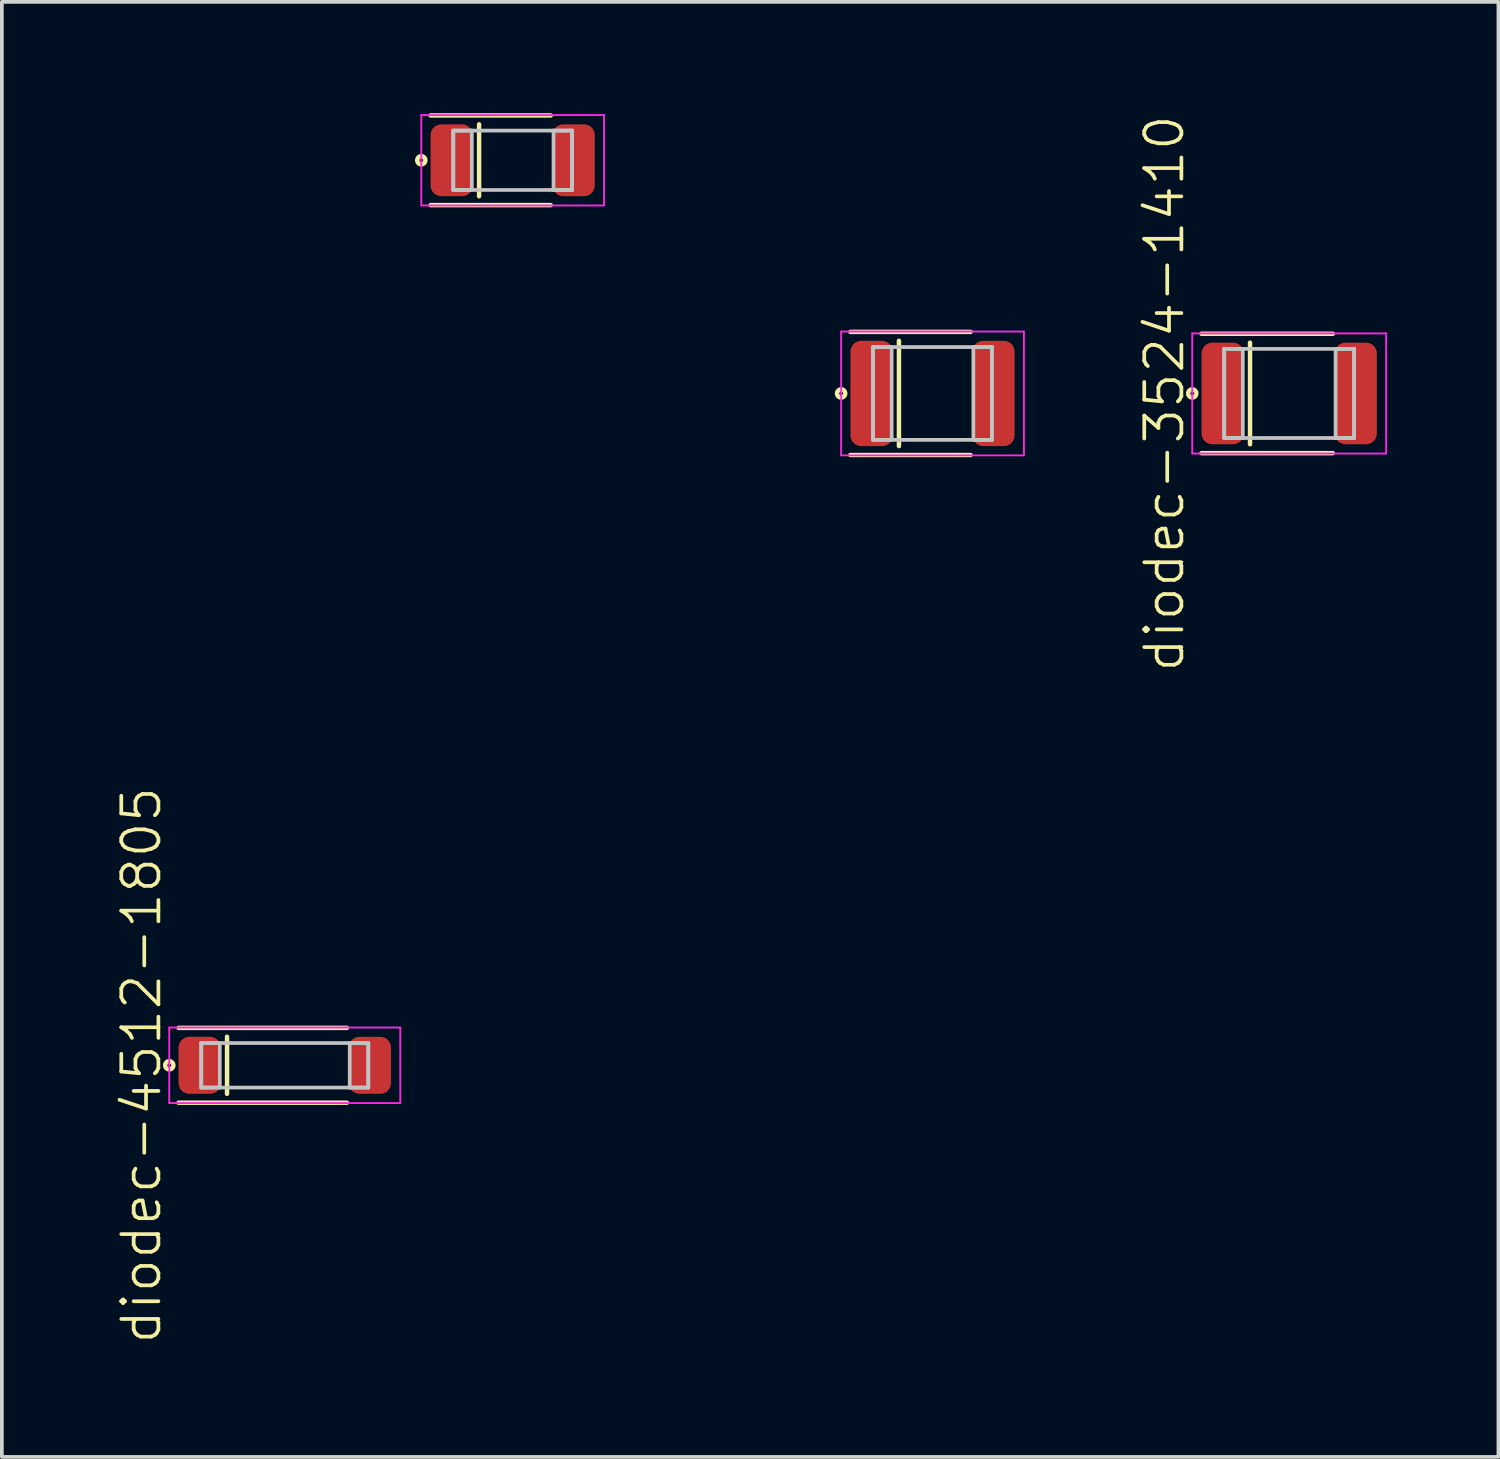
<source format=kicad_pcb>
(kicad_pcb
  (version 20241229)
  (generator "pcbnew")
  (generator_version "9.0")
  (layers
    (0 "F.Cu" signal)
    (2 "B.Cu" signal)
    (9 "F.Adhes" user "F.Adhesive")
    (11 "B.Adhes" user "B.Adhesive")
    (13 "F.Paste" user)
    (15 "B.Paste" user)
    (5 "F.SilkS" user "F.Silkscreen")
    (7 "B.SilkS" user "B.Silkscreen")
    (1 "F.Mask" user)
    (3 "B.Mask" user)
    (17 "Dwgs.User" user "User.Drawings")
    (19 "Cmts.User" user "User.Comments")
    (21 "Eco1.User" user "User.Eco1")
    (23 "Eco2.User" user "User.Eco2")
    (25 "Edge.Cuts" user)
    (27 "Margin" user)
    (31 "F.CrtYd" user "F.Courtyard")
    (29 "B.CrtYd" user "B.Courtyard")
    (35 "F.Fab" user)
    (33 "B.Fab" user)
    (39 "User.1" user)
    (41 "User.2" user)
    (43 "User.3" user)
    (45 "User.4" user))
  (footprint "diodec-3216-1206"
    (layer "F.Cu")
    (at 10.762 1.268)
    (property "Reference" "diodec-3216-1206" (at -3.212 0 0) (layer "User.1") (effects (font (size 1 1) (thickness 0.1))))
    (attr through_hole)
    (fp_line (start -2.212 -1.208) (end 1.025 -1.208) (stroke (width 0.12) (type solid)) (layer "F.SilkS"))
    (fp_line (start -2.212 1.208) (end 1.025 1.208) (stroke (width 0.12) (type solid)) (layer "F.SilkS"))
    (fp_line (start -0.905 -0.968) (end -0.905 0.968) (stroke (width 0.12) (type solid)) (layer "F.SilkS"))
    (fp_circle (center -2.462 0) (end -2.412 0) (stroke (width 0.12) (type solid)) (fill no) (layer "F.SilkS"))
    (fp_line (start -1.6 -0.8) (end -1.6 0.8) (stroke (width 0.1) (type solid)) (layer "Dwgs.User"))
    (fp_line (start -1.6 -0.8) (end -1.6 0.8) (stroke (width 0.1) (type solid)) (layer "Dwgs.User"))
    (fp_line (start -1.6 0.8) (end -1.1 0.8) (stroke (width 0.1) (type solid)) (layer "Dwgs.User"))
    (fp_line (start -1.6 0.8) (end 1.6 0.8) (stroke (width 0.1) (type solid)) (layer "Dwgs.User"))
    (fp_line (start -1.1 -0.8) (end -1.6 -0.8) (stroke (width 0.1) (type solid)) (layer "Dwgs.User"))
    (fp_line (start -1.1 0.8) (end -1.1 -0.8) (stroke (width 0.1) (type solid)) (layer "Dwgs.User"))
    (fp_line (start 1.1 -0.8) (end 1.1 0.8) (stroke (width 0.1) (type solid)) (layer "Dwgs.User"))
    (fp_line (start 1.1 0.8) (end 1.6 0.8) (stroke (width 0.1) (type solid)) (layer "Dwgs.User"))
    (fp_line (start 1.6 -0.8) (end -1.6 -0.8) (stroke (width 0.1) (type solid)) (layer "Dwgs.User"))
    (fp_line (start 1.6 -0.8) (end 1.1 -0.8) (stroke (width 0.1) (type solid)) (layer "Dwgs.User"))
    (fp_line (start 1.6 0.8) (end 1.6 -0.8) (stroke (width 0.1) (type solid)) (layer "Dwgs.User"))
    (fp_line (start 1.6 0.8) (end 1.6 -0.8) (stroke (width 0.1) (type solid)) (layer "Dwgs.User"))
    (fp_line (start -2.462 -1.218) (end -2.462 1.218) (stroke (width 0.05) (type solid)) (layer "F.CrtYd"))
    (fp_line (start -2.462 1.218) (end 2.462 1.218) (stroke (width 0.05) (type solid)) (layer "F.CrtYd"))
    (fp_line (start 2.462 -1.218) (end -2.462 -1.218) (stroke (width 0.05) (type solid)) (layer "F.CrtYd"))
    (fp_line (start 2.462 1.218) (end 2.462 -1.218) (stroke (width 0.05) (type solid)) (layer "F.CrtYd"))
    (pad "1" smd roundrect (at -1.643 0) (size 1.137 1.937) (layers "F.Cu" "F.Mask" "F.Paste") (roundrect_rratio 0.25))
    (pad "2" smd roundrect (at 1.643 0) (size 1.137 1.937) (layers "F.Cu" "F.Mask" "F.Paste") (roundrect_rratio 0.25)))
  (footprint "diodec-3524-1410"
    (layer "F.Cu")
    (at 31.682 7.55)
    (property "Reference" "diodec-3524-1410" (at -3.362 0 90) (layer "F.SilkS") (effects (font (size 1 1) (thickness 0.1))))
    (attr through_hole)
    (fp_line (start -2.362 -1.608) (end 1.175 -1.608) (stroke (width 0.12) (type solid)) (layer "F.SilkS"))
    (fp_line (start -2.362 1.608) (end 1.175 1.608) (stroke (width 0.12) (type solid)) (layer "F.SilkS"))
    (fp_line (start -1.055 -1.368) (end -1.055 1.368) (stroke (width 0.12) (type solid)) (layer "F.SilkS"))
    (fp_circle (center -2.612 0) (end -2.562 0) (stroke (width 0.12) (type solid)) (fill no) (layer "F.SilkS"))
    (fp_line (start -1.75 -1.2) (end -1.75 1.2) (stroke (width 0.1) (type solid)) (layer "Dwgs.User"))
    (fp_line (start -1.75 -1.2) (end -1.75 1.2) (stroke (width 0.1) (type solid)) (layer "Dwgs.User"))
    (fp_line (start -1.75 1.2) (end -1.25 1.2) (stroke (width 0.1) (type solid)) (layer "Dwgs.User"))
    (fp_line (start -1.75 1.2) (end 1.75 1.2) (stroke (width 0.1) (type solid)) (layer "Dwgs.User"))
    (fp_line (start -1.25 -1.2) (end -1.75 -1.2) (stroke (width 0.1) (type solid)) (layer "Dwgs.User"))
    (fp_line (start -1.25 1.2) (end -1.25 -1.2) (stroke (width 0.1) (type solid)) (layer "Dwgs.User"))
    (fp_line (start 1.25 -1.2) (end 1.25 1.2) (stroke (width 0.1) (type solid)) (layer "Dwgs.User"))
    (fp_line (start 1.25 1.2) (end 1.75 1.2) (stroke (width 0.1) (type solid)) (layer "Dwgs.User"))
    (fp_line (start 1.75 -1.2) (end -1.75 -1.2) (stroke (width 0.1) (type solid)) (layer "Dwgs.User"))
    (fp_line (start 1.75 -1.2) (end 1.25 -1.2) (stroke (width 0.1) (type solid)) (layer "Dwgs.User"))
    (fp_line (start 1.75 1.2) (end 1.75 -1.2) (stroke (width 0.1) (type solid)) (layer "Dwgs.User"))
    (fp_line (start 1.75 1.2) (end 1.75 -1.2) (stroke (width 0.1) (type solid)) (layer "Dwgs.User"))
    (fp_line (start -2.612 -1.618) (end -2.612 1.618) (stroke (width 0.05) (type solid)) (layer "F.CrtYd"))
    (fp_line (start -2.612 1.618) (end 2.612 1.618) (stroke (width 0.05) (type solid)) (layer "F.CrtYd"))
    (fp_line (start 2.612 -1.618) (end -2.612 -1.618) (stroke (width 0.05) (type solid)) (layer "F.CrtYd"))
    (fp_line (start 2.612 1.618) (end 2.612 -1.618) (stroke (width 0.05) (type solid)) (layer "F.CrtYd"))
    (pad "1" smd roundrect (at -1.793 0) (size 1.137 2.737) (layers "F.Cu" "F.Mask" "F.Paste") (roundrect_rratio 0.25))
    (pad "2" smd roundrect (at 1.793 0) (size 1.137 2.737) (layers "F.Cu" "F.Mask" "F.Paste") (roundrect_rratio 0.25)))
  (footprint "diodec-4512-1805"
    (layer "F.Cu")
    (at 4.622 25.65)
    (property "Reference" "diodec-4512-1805" (at -3.862 0 90) (layer "F.SilkS") (effects (font (size 1 1) (thickness 0.1))))
    (attr through_hole)
    (fp_line (start -2.862 -1.008) (end 1.675 -1.008) (stroke (width 0.12) (type solid)) (layer "F.SilkS"))
    (fp_line (start -2.862 1.008) (end 1.675 1.008) (stroke (width 0.12) (type solid)) (layer "F.SilkS"))
    (fp_line (start -1.555 -0.768) (end -1.555 0.768) (stroke (width 0.12) (type solid)) (layer "F.SilkS"))
    (fp_circle (center -3.112 0) (end -3.062 0) (stroke (width 0.12) (type solid)) (fill no) (layer "F.SilkS"))
    (fp_line (start -2.25 -0.6) (end -2.25 0.6) (stroke (width 0.1) (type solid)) (layer "Dwgs.User"))
    (fp_line (start -2.25 -0.6) (end -2.25 0.6) (stroke (width 0.1) (type solid)) (layer "Dwgs.User"))
    (fp_line (start -2.25 0.6) (end -1.75 0.6) (stroke (width 0.1) (type solid)) (layer "Dwgs.User"))
    (fp_line (start -2.25 0.6) (end 2.25 0.6) (stroke (width 0.1) (type solid)) (layer "Dwgs.User"))
    (fp_line (start -1.75 -0.6) (end -2.25 -0.6) (stroke (width 0.1) (type solid)) (layer "Dwgs.User"))
    (fp_line (start -1.75 0.6) (end -1.75 -0.6) (stroke (width 0.1) (type solid)) (layer "Dwgs.User"))
    (fp_line (start 1.75 -0.6) (end 1.75 0.6) (stroke (width 0.1) (type solid)) (layer "Dwgs.User"))
    (fp_line (start 1.75 0.6) (end 2.25 0.6) (stroke (width 0.1) (type solid)) (layer "Dwgs.User"))
    (fp_line (start 2.25 -0.6) (end -2.25 -0.6) (stroke (width 0.1) (type solid)) (layer "Dwgs.User"))
    (fp_line (start 2.25 -0.6) (end 1.75 -0.6) (stroke (width 0.1) (type solid)) (layer "Dwgs.User"))
    (fp_line (start 2.25 0.6) (end 2.25 -0.6) (stroke (width 0.1) (type solid)) (layer "Dwgs.User"))
    (fp_line (start 2.25 0.6) (end 2.25 -0.6) (stroke (width 0.1) (type solid)) (layer "Dwgs.User"))
    (fp_line (start -3.112 -1.018) (end -3.112 1.018) (stroke (width 0.05) (type solid)) (layer "F.CrtYd"))
    (fp_line (start -3.112 1.018) (end 3.112 1.018) (stroke (width 0.05) (type solid)) (layer "F.CrtYd"))
    (fp_line (start 3.112 -1.018) (end -3.112 -1.018) (stroke (width 0.05) (type solid)) (layer "F.CrtYd"))
    (fp_line (start 3.112 1.018) (end 3.112 -1.018) (stroke (width 0.05) (type solid)) (layer "F.CrtYd"))
    (pad "1" smd roundrect (at -2.293 0) (size 1.137 1.537) (layers "F.Cu" "F.Mask" "F.Paste") (roundrect_rratio 0.25))
    (pad "2" smd roundrect (at 2.293 0) (size 1.137 1.537) (layers "F.Cu" "F.Mask" "F.Paste") (roundrect_rratio 0.25)))
  (footprint "diodec-3225-1210"
    (layer "F.Cu")
    (at 22.073 7.55)
    (property "Reference" "diodec-3225-1210" (at -3.212 0 90) (layer "User.1") (effects (font (size 1 1) (thickness 0.1))))
    (attr through_hole)
    (fp_line (start -2.212 -1.658) (end 1.025 -1.658) (stroke (width 0.12) (type solid)) (layer "F.SilkS"))
    (fp_line (start -2.212 1.658) (end 1.025 1.658) (stroke (width 0.12) (type solid)) (layer "F.SilkS"))
    (fp_line (start -0.905 -1.418) (end -0.905 1.418) (stroke (width 0.12) (type solid)) (layer "F.SilkS"))
    (fp_circle (center -2.462 0) (end -2.412 0) (stroke (width 0.12) (type solid)) (fill no) (layer "F.SilkS"))
    (fp_line (start -1.6 -1.25) (end -1.6 1.25) (stroke (width 0.1) (type solid)) (layer "Dwgs.User"))
    (fp_line (start -1.6 -1.25) (end -1.6 1.25) (stroke (width 0.1) (type solid)) (layer "Dwgs.User"))
    (fp_line (start -1.6 1.25) (end -1.1 1.25) (stroke (width 0.1) (type solid)) (layer "Dwgs.User"))
    (fp_line (start -1.6 1.25) (end 1.6 1.25) (stroke (width 0.1) (type solid)) (layer "Dwgs.User"))
    (fp_line (start -1.1 -1.25) (end -1.6 -1.25) (stroke (width 0.1) (type solid)) (layer "Dwgs.User"))
    (fp_line (start -1.1 1.25) (end -1.1 -1.25) (stroke (width 0.1) (type solid)) (layer "Dwgs.User"))
    (fp_line (start 1.1 -1.25) (end 1.1 1.25) (stroke (width 0.1) (type solid)) (layer "Dwgs.User"))
    (fp_line (start 1.1 1.25) (end 1.6 1.25) (stroke (width 0.1) (type solid)) (layer "Dwgs.User"))
    (fp_line (start 1.6 -1.25) (end -1.6 -1.25) (stroke (width 0.1) (type solid)) (layer "Dwgs.User"))
    (fp_line (start 1.6 -1.25) (end 1.1 -1.25) (stroke (width 0.1) (type solid)) (layer "Dwgs.User"))
    (fp_line (start 1.6 1.25) (end 1.6 -1.25) (stroke (width 0.1) (type solid)) (layer "Dwgs.User"))
    (fp_line (start 1.6 1.25) (end 1.6 -1.25) (stroke (width 0.1) (type solid)) (layer "Dwgs.User"))
    (fp_line (start -2.462 -1.668) (end -2.462 1.668) (stroke (width 0.05) (type solid)) (layer "F.CrtYd"))
    (fp_line (start -2.462 1.668) (end 2.462 1.668) (stroke (width 0.05) (type solid)) (layer "F.CrtYd"))
    (fp_line (start 2.462 -1.668) (end -2.462 -1.668) (stroke (width 0.05) (type solid)) (layer "F.CrtYd"))
    (fp_line (start 2.462 1.668) (end 2.462 -1.668) (stroke (width 0.05) (type solid)) (layer "F.CrtYd"))
    (pad "1" smd roundrect (at -1.643 0) (size 1.137 2.837) (layers "F.Cu" "F.Mask" "F.Paste") (roundrect_rratio 0.25))
    (pad "2" smd roundrect (at 1.643 0) (size 1.137 2.837) (layers "F.Cu" "F.Mask" "F.Paste") (roundrect_rratio 0.25)))
  (gr_rect
    (start -3 -3)
    (end 37.319 36.2)
    (stroke (width 0.1) (type default))
    (fill no)
    (layer "Edge.Cuts")))
</source>
